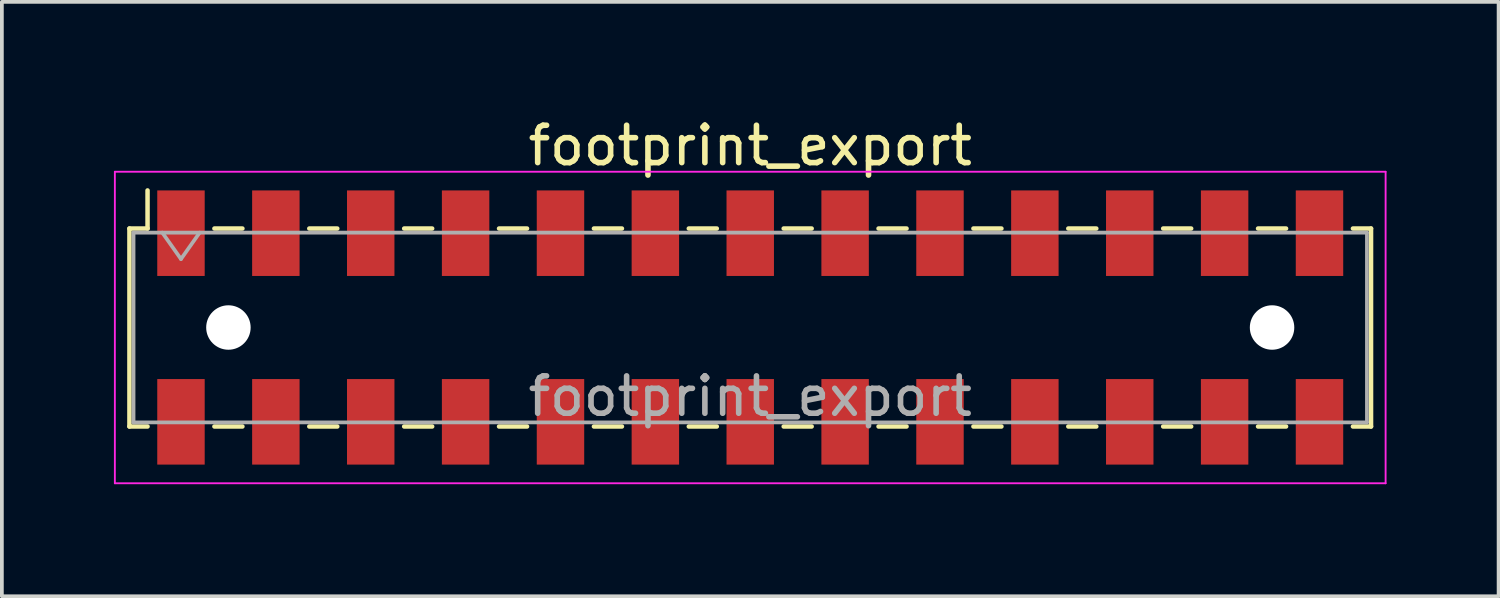
<source format=kicad_pcb>
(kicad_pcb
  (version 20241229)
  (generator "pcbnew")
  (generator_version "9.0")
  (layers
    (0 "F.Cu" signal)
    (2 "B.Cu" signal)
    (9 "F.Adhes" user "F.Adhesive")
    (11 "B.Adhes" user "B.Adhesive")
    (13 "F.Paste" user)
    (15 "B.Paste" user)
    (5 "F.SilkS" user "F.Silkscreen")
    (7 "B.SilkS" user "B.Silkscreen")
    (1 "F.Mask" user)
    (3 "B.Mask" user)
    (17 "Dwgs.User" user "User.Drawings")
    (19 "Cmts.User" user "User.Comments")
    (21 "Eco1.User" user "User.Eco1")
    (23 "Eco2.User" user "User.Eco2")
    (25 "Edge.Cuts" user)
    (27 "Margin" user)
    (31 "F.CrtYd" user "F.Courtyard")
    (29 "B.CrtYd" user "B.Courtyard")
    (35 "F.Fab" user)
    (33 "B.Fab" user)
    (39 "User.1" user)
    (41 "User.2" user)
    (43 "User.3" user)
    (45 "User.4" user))
  (footprint "footprint_export"
    (layer "F.Cu")
    (at 17.035 5.718)
    (property "Reference" "footprint_export" (at 0 -4.87 0) (layer "F.SilkS") (effects (font (size 1 1) (thickness 0.15))))
    (attr smd)
    (fp_line (start -16.62 -2.65) (end -16.62 2.65) (stroke (width 0.12) (type solid)) (layer "F.SilkS"))
    (fp_line (start -16.62 2.65) (end -16.135 2.65) (stroke (width 0.12) (type solid)) (layer "F.SilkS"))
    (fp_line (start -16.135 -3.67) (end -16.135 -2.65) (stroke (width 0.12) (type solid)) (layer "F.SilkS"))
    (fp_line (start -16.135 -2.65) (end -16.62 -2.65) (stroke (width 0.12) (type solid)) (layer "F.SilkS"))
    (fp_line (start -14.345 -2.65) (end -13.595 -2.65) (stroke (width 0.12) (type solid)) (layer "F.SilkS"))
    (fp_line (start -14.345 2.65) (end -13.595 2.65) (stroke (width 0.12) (type solid)) (layer "F.SilkS"))
    (fp_line (start -11.805 -2.65) (end -11.055 -2.65) (stroke (width 0.12) (type solid)) (layer "F.SilkS"))
    (fp_line (start -11.805 2.65) (end -11.055 2.65) (stroke (width 0.12) (type solid)) (layer "F.SilkS"))
    (fp_line (start -9.265 -2.65) (end -8.515 -2.65) (stroke (width 0.12) (type solid)) (layer "F.SilkS"))
    (fp_line (start -9.265 2.65) (end -8.515 2.65) (stroke (width 0.12) (type solid)) (layer "F.SilkS"))
    (fp_line (start -6.725 -2.65) (end -5.975 -2.65) (stroke (width 0.12) (type solid)) (layer "F.SilkS"))
    (fp_line (start -6.725 2.65) (end -5.975 2.65) (stroke (width 0.12) (type solid)) (layer "F.SilkS"))
    (fp_line (start -4.185 -2.65) (end -3.435 -2.65) (stroke (width 0.12) (type solid)) (layer "F.SilkS"))
    (fp_line (start -4.185 2.65) (end -3.435 2.65) (stroke (width 0.12) (type solid)) (layer "F.SilkS"))
    (fp_line (start -1.645 -2.65) (end -0.895 -2.65) (stroke (width 0.12) (type solid)) (layer "F.SilkS"))
    (fp_line (start -1.645 2.65) (end -0.895 2.65) (stroke (width 0.12) (type solid)) (layer "F.SilkS"))
    (fp_line (start 0.895 -2.65) (end 1.645 -2.65) (stroke (width 0.12) (type solid)) (layer "F.SilkS"))
    (fp_line (start 0.895 2.65) (end 1.645 2.65) (stroke (width 0.12) (type solid)) (layer "F.SilkS"))
    (fp_line (start 3.435 -2.65) (end 4.185 -2.65) (stroke (width 0.12) (type solid)) (layer "F.SilkS"))
    (fp_line (start 3.435 2.65) (end 4.185 2.65) (stroke (width 0.12) (type solid)) (layer "F.SilkS"))
    (fp_line (start 5.975 -2.65) (end 6.725 -2.65) (stroke (width 0.12) (type solid)) (layer "F.SilkS"))
    (fp_line (start 5.975 2.65) (end 6.725 2.65) (stroke (width 0.12) (type solid)) (layer "F.SilkS"))
    (fp_line (start 8.515 -2.65) (end 9.265 -2.65) (stroke (width 0.12) (type solid)) (layer "F.SilkS"))
    (fp_line (start 8.515 2.65) (end 9.265 2.65) (stroke (width 0.12) (type solid)) (layer "F.SilkS"))
    (fp_line (start 11.055 -2.65) (end 11.805 -2.65) (stroke (width 0.12) (type solid)) (layer "F.SilkS"))
    (fp_line (start 11.055 2.65) (end 11.805 2.65) (stroke (width 0.12) (type solid)) (layer "F.SilkS"))
    (fp_line (start 13.595 -2.65) (end 14.345 -2.65) (stroke (width 0.12) (type solid)) (layer "F.SilkS"))
    (fp_line (start 13.595 2.65) (end 14.345 2.65) (stroke (width 0.12) (type solid)) (layer "F.SilkS"))
    (fp_line (start 16.135 -2.65) (end 16.62 -2.65) (stroke (width 0.12) (type solid)) (layer "F.SilkS"))
    (fp_line (start 16.62 -2.65) (end 16.62 2.65) (stroke (width 0.12) (type solid)) (layer "F.SilkS"))
    (fp_line (start 16.62 2.65) (end 16.135 2.65) (stroke (width 0.12) (type solid)) (layer "F.SilkS"))
    (fp_line (start -17.01 -4.17) (end 17.01 -4.17) (stroke (width 0.05) (type solid)) (layer "F.CrtYd"))
    (fp_line (start -17.01 4.17) (end -17.01 -4.17) (stroke (width 0.05) (type solid)) (layer "F.CrtYd"))
    (fp_line (start 17.01 -4.17) (end 17.01 4.17) (stroke (width 0.05) (type solid)) (layer "F.CrtYd"))
    (fp_line (start 17.01 4.17) (end -17.01 4.17) (stroke (width 0.05) (type solid)) (layer "F.CrtYd"))
    (fp_line (start -16.51 -2.54) (end 16.51 -2.54) (stroke (width 0.1) (type solid)) (layer "F.Fab"))
    (fp_line (start -16.51 2.54) (end -16.51 -2.54) (stroke (width 0.1) (type solid)) (layer "F.Fab"))
    (fp_line (start -15.74 -2.54) (end -15.24 -1.833) (stroke (width 0.1) (type solid)) (layer "F.Fab"))
    (fp_line (start -15.24 -1.833) (end -14.74 -2.54) (stroke (width 0.1) (type solid)) (layer "F.Fab"))
    (fp_line (start 16.51 -2.54) (end 16.51 2.54) (stroke (width 0.1) (type solid)) (layer "F.Fab"))
    (fp_line (start 16.51 2.54) (end -16.51 2.54) (stroke (width 0.1) (type solid)) (layer "F.Fab"))
    (fp_text user "${REFERENCE}" (at 0 1.84 0) (layer "F.Fab") (effects (font (size 1 1) (thickness 0.15))))
    (pad "" np_thru_hole circle (at -13.97 0) (size 1.19 1.19) (drill 1.19) (layers "*.Cu" "*.Mask"))
    (pad "" np_thru_hole circle (at 13.97 0) (size 1.19 1.19) (drill 1.19) (layers "*.Cu" "*.Mask"))
    (pad "1" smd rect (at -15.24 -2.525) (size 1.27 2.29) (layers "F.Cu" "F.Mask" "F.Paste"))
    (pad "2" smd rect (at -15.24 2.525) (size 1.27 2.29) (layers "F.Cu" "F.Mask" "F.Paste"))
    (pad "3" smd rect (at -12.7 -2.525) (size 1.27 2.29) (layers "F.Cu" "F.Mask" "F.Paste"))
    (pad "4" smd rect (at -12.7 2.525) (size 1.27 2.29) (layers "F.Cu" "F.Mask" "F.Paste"))
    (pad "5" smd rect (at -10.16 -2.525) (size 1.27 2.29) (layers "F.Cu" "F.Mask" "F.Paste"))
    (pad "6" smd rect (at -10.16 2.525) (size 1.27 2.29) (layers "F.Cu" "F.Mask" "F.Paste"))
    (pad "7" smd rect (at -7.62 -2.525) (size 1.27 2.29) (layers "F.Cu" "F.Mask" "F.Paste"))
    (pad "8" smd rect (at -7.62 2.525) (size 1.27 2.29) (layers "F.Cu" "F.Mask" "F.Paste"))
    (pad "9" smd rect (at -5.08 -2.525) (size 1.27 2.29) (layers "F.Cu" "F.Mask" "F.Paste"))
    (pad "10" smd rect (at -5.08 2.525) (size 1.27 2.29) (layers "F.Cu" "F.Mask" "F.Paste"))
    (pad "11" smd rect (at -2.54 -2.525) (size 1.27 2.29) (layers "F.Cu" "F.Mask" "F.Paste"))
    (pad "12" smd rect (at -2.54 2.525) (size 1.27 2.29) (layers "F.Cu" "F.Mask" "F.Paste"))
    (pad "13" smd rect (at 0 -2.525) (size 1.27 2.29) (layers "F.Cu" "F.Mask" "F.Paste"))
    (pad "14" smd rect (at 0 2.525) (size 1.27 2.29) (layers "F.Cu" "F.Mask" "F.Paste"))
    (pad "15" smd rect (at 2.54 -2.525) (size 1.27 2.29) (layers "F.Cu" "F.Mask" "F.Paste"))
    (pad "16" smd rect (at 2.54 2.525) (size 1.27 2.29) (layers "F.Cu" "F.Mask" "F.Paste"))
    (pad "17" smd rect (at 5.08 -2.525) (size 1.27 2.29) (layers "F.Cu" "F.Mask" "F.Paste"))
    (pad "18" smd rect (at 5.08 2.525) (size 1.27 2.29) (layers "F.Cu" "F.Mask" "F.Paste"))
    (pad "19" smd rect (at 7.62 -2.525) (size 1.27 2.29) (layers "F.Cu" "F.Mask" "F.Paste"))
    (pad "20" smd rect (at 7.62 2.525) (size 1.27 2.29) (layers "F.Cu" "F.Mask" "F.Paste"))
    (pad "21" smd rect (at 10.16 -2.525) (size 1.27 2.29) (layers "F.Cu" "F.Mask" "F.Paste"))
    (pad "22" smd rect (at 10.16 2.525) (size 1.27 2.29) (layers "F.Cu" "F.Mask" "F.Paste"))
    (pad "23" smd rect (at 12.7 -2.525) (size 1.27 2.29) (layers "F.Cu" "F.Mask" "F.Paste"))
    (pad "24" smd rect (at 12.7 2.525) (size 1.27 2.29) (layers "F.Cu" "F.Mask" "F.Paste"))
    (pad "25" smd rect (at 15.24 -2.525) (size 1.27 2.29) (layers "F.Cu" "F.Mask" "F.Paste"))
    (pad "26" smd rect (at 15.24 2.525) (size 1.27 2.29) (layers "F.Cu" "F.Mask" "F.Paste")))
  (gr_rect
    (start -3 -3)
    (end 37.07 12.913)
    (stroke (width 0.1) (type default))
    (fill no)
    (layer "Edge.Cuts")))
</source>
